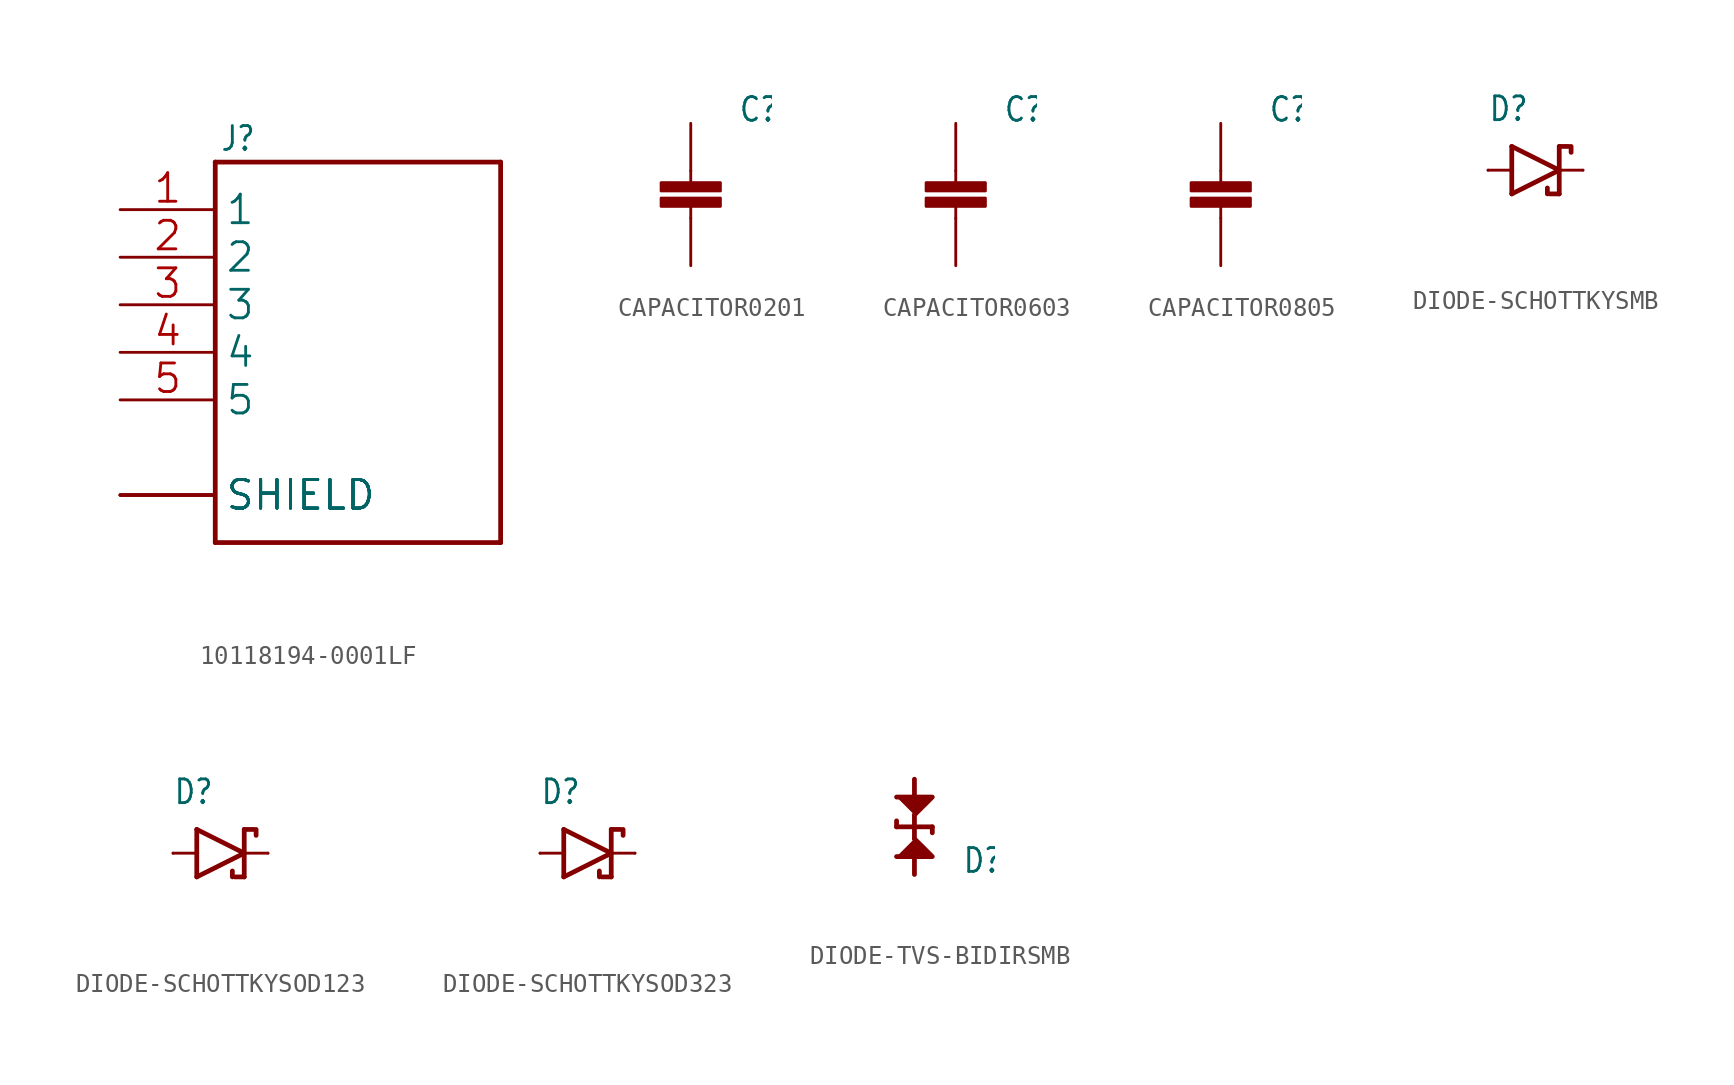
<source format=kicad_sym>
(kicad_symbol_lib
  (version 20241209)
  (generator "kicad_symbol_editor")
  (generator_version "9.0")
  (symbol "10118194-0001LF"
    (property "Reference" "J"
      (at -7.375 10.675 0)
      (effects (font (size 1.272 1.081)) (justify left bottom)))
    (property "Value" ""
      (at -7.624 -12.704 0)
      (effects (font (size 1.271 1.08)) (justify left bottom)))
    (property "ki_locked" ""
      (at 0 0 0)
      (effects (font (size 1.27 1.27))))
    (symbol "10118194-0001LF_1_0"
      (polyline (pts (xy -7.62 10.16) (xy -7.62 -10.16)) (stroke (width 0.254) (type solid)) (fill (type none)))
      (polyline (pts (xy -7.62 -10.16) (xy 7.62 -10.16)) (stroke (width 0.254) (type solid)) (fill (type none)))
      (polyline (pts (xy 7.62 10.16) (xy -7.62 10.16)) (stroke (width 0.254) (type solid)) (fill (type none)))
      (polyline (pts (xy 7.62 -10.16) (xy 7.62 10.16)) (stroke (width 0.254) (type solid)) (fill (type none)))
      (pin passive line (at -12.7 7.62 0) (length 5.08) (name "1" (effects (font (size 1.524 1.524)))) (number "1" (effects (font (size 1.524 1.524)))))
      (pin passive line (at -12.7 5.08 0) (length 5.08) (name "2" (effects (font (size 1.524 1.524)))) (number "2" (effects (font (size 1.524 1.524)))))
      (pin passive line (at -12.7 2.54 0) (length 5.08) (name "3" (effects (font (size 1.524 1.524)))) (number "3" (effects (font (size 1.524 1.524)))))
      (pin passive line (at -12.7 0 0) (length 5.08) (name "4" (effects (font (size 1.524 1.524)))) (number "4" (effects (font (size 1.524 1.524)))))
      (pin passive line (at -12.7 -2.54 0) (length 5.08) (name "5" (effects (font (size 1.524 1.524)))) (number "5" (effects (font (size 1.524 1.524)))))
      (pin passive line (at -12.7 -7.62 0) (length 5.08) (name "SHIELD" (effects (font (size 1.524 1.524)))) (number "S1" (effects (font (size 0 0)))))
      (pin passive line (at -12.7 -7.62 0) (length 5.08) (name "SHIELD" (effects (font (size 1.524 1.524)))) (number "S2" (effects (font (size 0 0)))))
      (pin passive line (at -12.7 -7.62 0) (length 5.08) (name "SHIELD" (effects (font (size 1.524 1.524)))) (number "S3" (effects (font (size 0 0)))))
      (pin passive line (at -12.7 -7.62 0) (length 5.08) (name "SHIELD" (effects (font (size 1.524 1.524)))) (number "S4" (effects (font (size 0 0)))))
      (pin passive line (at -12.7 -7.62 0) (length 5.08) (name "SHIELD" (effects (font (size 1.524 1.524)))) (number "S5" (effects (font (size 0 0)))))
      (pin passive line (at -12.7 -7.62 0) (length 5.08) (name "SHIELD" (effects (font (size 1.524 1.524)))) (number "S6" (effects (font (size 0 0)))))))
  (symbol "CAPACITOR0201"
    (property "Reference" "C"
      (at 2.54 2.54 0)
      (effects (font (size 1.27 1.079)) (justify left bottom)))
    (property "Value" ""
      (at 2.54 0 0)
      (effects (font (size 1.27 1.079)) (justify left bottom)))
    (property "ki_locked" ""
      (at 0 0 0)
      (effects (font (size 1.27 1.27))))
    (symbol "CAPACITOR0201_1_0"
      (rectangle (start -1.587 -1.079) (end 1.587 -0.635) (stroke (width 0) (type default)) (fill (type outline)))
      (rectangle (start -1.587 -1.905) (end 1.587 -1.46) (stroke (width 0) (type default)) (fill (type outline)))
      (polyline (pts (xy 0 0) (xy 0 -0.635)) (stroke (width 0.152) (type solid)) (fill (type none)))
      (polyline (pts (xy 0 -2.54) (xy 0 -1.905)) (stroke (width 0.152) (type solid)) (fill (type none)))
      (pin passive line (at 0 2.54 270) (length 2.54) (name "1" (effects (font (size 0 0)))) (number "P$1" (effects (font (size 0 0)))))
      (pin passive line (at 0 -5.08 90) (length 2.54) (name "2" (effects (font (size 0 0)))) (number "P$2" (effects (font (size 0 0)))))))
  (symbol "CAPACITOR0603"
    (property "Reference" "C"
      (at 2.54 2.54 0)
      (effects (font (size 1.27 1.079)) (justify left bottom)))
    (property "Value" ""
      (at 2.54 0 0)
      (effects (font (size 1.27 1.079)) (justify left bottom)))
    (property "ki_locked" ""
      (at 0 0 0)
      (effects (font (size 1.27 1.27))))
    (symbol "CAPACITOR0603_1_0"
      (rectangle (start -1.587 -1.079) (end 1.587 -0.635) (stroke (width 0) (type default)) (fill (type outline)))
      (rectangle (start -1.587 -1.905) (end 1.587 -1.46) (stroke (width 0) (type default)) (fill (type outline)))
      (polyline (pts (xy 0 0) (xy 0 -0.635)) (stroke (width 0.152) (type solid)) (fill (type none)))
      (polyline (pts (xy 0 -2.54) (xy 0 -1.905)) (stroke (width 0.152) (type solid)) (fill (type none)))
      (pin passive line (at 0 2.54 270) (length 2.54) (name "1" (effects (font (size 0 0)))) (number "P$1" (effects (font (size 0 0)))))
      (pin passive line (at 0 -5.08 90) (length 2.54) (name "2" (effects (font (size 0 0)))) (number "P$2" (effects (font (size 0 0)))))))
  (symbol "CAPACITOR0805"
    (property "Reference" "C"
      (at 2.54 2.54 0)
      (effects (font (size 1.27 1.079)) (justify left bottom)))
    (property "Value" ""
      (at 2.54 0 0)
      (effects (font (size 1.27 1.079)) (justify left bottom)))
    (property "ki_locked" ""
      (at 0 0 0)
      (effects (font (size 1.27 1.27))))
    (symbol "CAPACITOR0805_1_0"
      (rectangle (start -1.587 -1.079) (end 1.587 -0.635) (stroke (width 0) (type default)) (fill (type outline)))
      (rectangle (start -1.587 -1.905) (end 1.587 -1.46) (stroke (width 0) (type default)) (fill (type outline)))
      (polyline (pts (xy 0 0) (xy 0 -0.635)) (stroke (width 0.152) (type solid)) (fill (type none)))
      (polyline (pts (xy 0 -2.54) (xy 0 -1.905)) (stroke (width 0.152) (type solid)) (fill (type none)))
      (pin passive line (at 0 2.54 270) (length 2.54) (name "1" (effects (font (size 0 0)))) (number "P$1" (effects (font (size 0 0)))))
      (pin passive line (at 0 -5.08 90) (length 2.54) (name "2" (effects (font (size 0 0)))) (number "P$2" (effects (font (size 0 0)))))))
  (symbol "DIODE-SCHOTTKYSMB"
    (property "Reference" "D"
      (at -2.54 2.54 0)
      (effects (font (size 1.27 1.079)) (justify left bottom)))
    (property "Value" ""
      (at -2.54 -5.08 0)
      (effects (font (size 1.27 1.079)) (justify left bottom)))
    (property "ki_locked" ""
      (at 0 0 0)
      (effects (font (size 1.27 1.27))))
    (symbol "DIODE-SCHOTTKYSMB_1_0"
      (polyline (pts (xy -1.27 1.27) (xy -1.27 0)) (stroke (width 0.254) (type solid)) (fill (type none)))
      (polyline (pts (xy -1.27 1.27) (xy 1.27 0)) (stroke (width 0.254) (type solid)) (fill (type none)))
      (polyline (pts (xy -1.27 0) (xy -2.54 0)) (stroke (width 0.152) (type solid)) (fill (type none)))
      (polyline (pts (xy -1.27 0) (xy -1.27 -1.27)) (stroke (width 0.254) (type solid)) (fill (type none)))
      (polyline (pts (xy -1.27 -1.27) (xy 1.27 0)) (stroke (width 0.254) (type solid)) (fill (type none)))
      (polyline (pts (xy 0.635 -1.27) (xy 0.635 -0.953)) (stroke (width 0.254) (type solid)) (fill (type none)))
      (polyline (pts (xy 1.27 1.27) (xy 1.27 0)) (stroke (width 0.254) (type solid)) (fill (type none)))
      (polyline (pts (xy 1.27 1.27) (xy 1.778 1.27)) (stroke (width 0.254) (type solid)) (fill (type none)))
      (polyline (pts (xy 1.27 0) (xy 1.27 -1.27)) (stroke (width 0.254) (type solid)) (fill (type none)))
      (polyline (pts (xy 1.27 0) (xy 2.54 0)) (stroke (width 0.152) (type solid)) (fill (type none)))
      (polyline (pts (xy 1.27 -1.27) (xy 0.762 -1.27)) (stroke (width 0.254) (type solid)) (fill (type none)))
      (polyline (pts (xy 1.905 1.27) (xy 1.905 0.953)) (stroke (width 0.254) (type solid)) (fill (type none)))
      (pin passive line (at -2.54 0 0) (length 0) (name "A" (effects (font (size 0 0)))) (number "A" (effects (font (size 0 0)))))
      (pin passive line (at 2.54 0 180) (length 0) (name "C" (effects (font (size 0 0)))) (number "C" (effects (font (size 0 0)))))))
  (symbol "DIODE-SCHOTTKYSOD123"
    (property "Reference" "D"
      (at -2.54 2.54 0)
      (effects (font (size 1.27 1.079)) (justify left bottom)))
    (property "Value" ""
      (at -2.54 -5.08 0)
      (effects (font (size 1.27 1.079)) (justify left bottom)))
    (property "ki_locked" ""
      (at 0 0 0)
      (effects (font (size 1.27 1.27))))
    (symbol "DIODE-SCHOTTKYSOD123_1_0"
      (polyline (pts (xy -1.27 1.27) (xy -1.27 0)) (stroke (width 0.254) (type solid)) (fill (type none)))
      (polyline (pts (xy -1.27 1.27) (xy 1.27 0)) (stroke (width 0.254) (type solid)) (fill (type none)))
      (polyline (pts (xy -1.27 0) (xy -2.54 0)) (stroke (width 0.152) (type solid)) (fill (type none)))
      (polyline (pts (xy -1.27 0) (xy -1.27 -1.27)) (stroke (width 0.254) (type solid)) (fill (type none)))
      (polyline (pts (xy -1.27 -1.27) (xy 1.27 0)) (stroke (width 0.254) (type solid)) (fill (type none)))
      (polyline (pts (xy 0.635 -1.27) (xy 0.635 -0.953)) (stroke (width 0.254) (type solid)) (fill (type none)))
      (polyline (pts (xy 1.27 1.27) (xy 1.27 0)) (stroke (width 0.254) (type solid)) (fill (type none)))
      (polyline (pts (xy 1.27 1.27) (xy 1.778 1.27)) (stroke (width 0.254) (type solid)) (fill (type none)))
      (polyline (pts (xy 1.27 0) (xy 1.27 -1.27)) (stroke (width 0.254) (type solid)) (fill (type none)))
      (polyline (pts (xy 1.27 0) (xy 2.54 0)) (stroke (width 0.152) (type solid)) (fill (type none)))
      (polyline (pts (xy 1.27 -1.27) (xy 0.762 -1.27)) (stroke (width 0.254) (type solid)) (fill (type none)))
      (polyline (pts (xy 1.905 1.27) (xy 1.905 0.953)) (stroke (width 0.254) (type solid)) (fill (type none)))
      (pin passive line (at -2.54 0 0) (length 0) (name "A" (effects (font (size 0 0)))) (number "A" (effects (font (size 0 0)))))
      (pin passive line (at 2.54 0 180) (length 0) (name "C" (effects (font (size 0 0)))) (number "C" (effects (font (size 0 0)))))))
  (symbol "DIODE-SCHOTTKYSOD323"
    (property "Reference" "D"
      (at -2.54 2.54 0)
      (effects (font (size 1.27 1.079)) (justify left bottom)))
    (property "Value" ""
      (at -2.54 -5.08 0)
      (effects (font (size 1.27 1.079)) (justify left bottom)))
    (property "ki_locked" ""
      (at 0 0 0)
      (effects (font (size 1.27 1.27))))
    (symbol "DIODE-SCHOTTKYSOD323_1_0"
      (polyline (pts (xy -1.27 1.27) (xy -1.27 0)) (stroke (width 0.254) (type solid)) (fill (type none)))
      (polyline (pts (xy -1.27 1.27) (xy 1.27 0)) (stroke (width 0.254) (type solid)) (fill (type none)))
      (polyline (pts (xy -1.27 0) (xy -2.54 0)) (stroke (width 0.152) (type solid)) (fill (type none)))
      (polyline (pts (xy -1.27 0) (xy -1.27 -1.27)) (stroke (width 0.254) (type solid)) (fill (type none)))
      (polyline (pts (xy -1.27 -1.27) (xy 1.27 0)) (stroke (width 0.254) (type solid)) (fill (type none)))
      (polyline (pts (xy 0.635 -1.27) (xy 0.635 -0.953)) (stroke (width 0.254) (type solid)) (fill (type none)))
      (polyline (pts (xy 1.27 1.27) (xy 1.27 0)) (stroke (width 0.254) (type solid)) (fill (type none)))
      (polyline (pts (xy 1.27 1.27) (xy 1.778 1.27)) (stroke (width 0.254) (type solid)) (fill (type none)))
      (polyline (pts (xy 1.27 0) (xy 1.27 -1.27)) (stroke (width 0.254) (type solid)) (fill (type none)))
      (polyline (pts (xy 1.27 0) (xy 2.54 0)) (stroke (width 0.152) (type solid)) (fill (type none)))
      (polyline (pts (xy 1.27 -1.27) (xy 0.762 -1.27)) (stroke (width 0.254) (type solid)) (fill (type none)))
      (polyline (pts (xy 1.905 1.27) (xy 1.905 0.953)) (stroke (width 0.254) (type solid)) (fill (type none)))
      (pin passive line (at -2.54 0 0) (length 0) (name "A" (effects (font (size 0 0)))) (number "A" (effects (font (size 0 0)))))
      (pin passive line (at 2.54 0 180) (length 0) (name "C" (effects (font (size 0 0)))) (number "C" (effects (font (size 0 0)))))))
  (symbol "DIODE-TVS-BIDIRSMB"
    (property "Reference" "D"
      (at 2.54 -2.54 0)
      (effects (font (size 1.27 1.079)) (justify left bottom)))
    (property "Value" ""
      (at 2.54 -5.08 0)
      (effects (font (size 1.27 1.079)) (justify left bottom)))
    (property "ki_locked" ""
      (at 0 0 0)
      (effects (font (size 1.27 1.27))))
    (symbol "DIODE-TVS-BIDIRSMB_1_0"
      (polyline (pts (xy -0.953 0) (xy -0.953 0.318)) (stroke (width 0.254) (type solid)) (fill (type none)))
      (polyline (pts (xy -0.953 0) (xy 0.953 0)) (stroke (width 0.254) (type solid)) (fill (type none)))
      (polyline (pts (xy -0.953 -1.587) (xy 0.953 -1.587) (xy 0 -0.635)) (stroke (width 0.254) (type solid)) (fill (type outline)))
      (polyline (pts (xy 0 1.587) (xy 0 2.54)) (stroke (width 0.254) (type solid)) (fill (type none)))
      (polyline (pts (xy 0 0.635) (xy 0 -0.635)) (stroke (width 0.254) (type solid)) (fill (type none)))
      (polyline (pts (xy 0 0.635) (xy 0.953 1.587) (xy -0.953 1.587)) (stroke (width 0.254) (type solid)) (fill (type outline)))
      (polyline (pts (xy 0 -1.587) (xy 0 -2.54)) (stroke (width 0.254) (type solid)) (fill (type none)))
      (polyline (pts (xy 0.953 0) (xy 0.953 -0.318)) (stroke (width 0.254) (type solid)) (fill (type none)))
      (pin bidirectional line (at 0 2.54 270) (length 2.54) (name "P$1" (effects (font (size 0 0)))) (number "A" (effects (font (size 0 0)))))
      (pin bidirectional line (at 0 -2.54 90) (length 2.54) (name "P$2" (effects (font (size 0 0)))) (number "C" (effects (font (size 0 0))))))))
</source>
